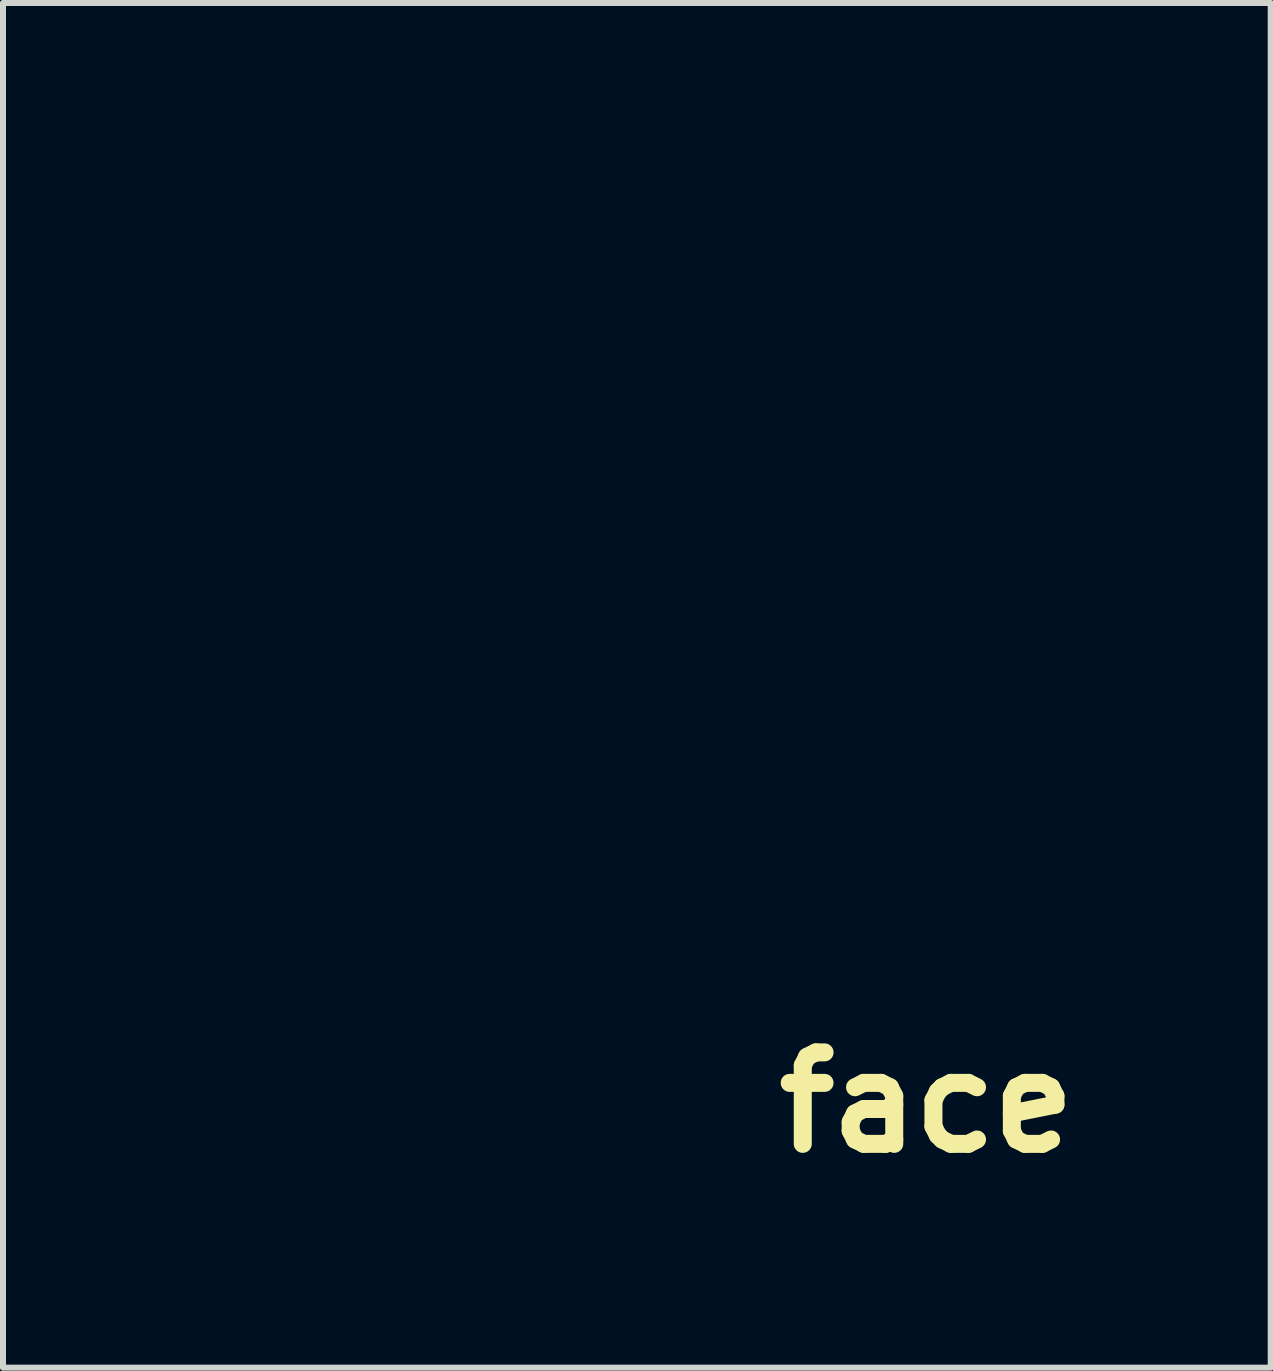
<source format=kicad_pcb>
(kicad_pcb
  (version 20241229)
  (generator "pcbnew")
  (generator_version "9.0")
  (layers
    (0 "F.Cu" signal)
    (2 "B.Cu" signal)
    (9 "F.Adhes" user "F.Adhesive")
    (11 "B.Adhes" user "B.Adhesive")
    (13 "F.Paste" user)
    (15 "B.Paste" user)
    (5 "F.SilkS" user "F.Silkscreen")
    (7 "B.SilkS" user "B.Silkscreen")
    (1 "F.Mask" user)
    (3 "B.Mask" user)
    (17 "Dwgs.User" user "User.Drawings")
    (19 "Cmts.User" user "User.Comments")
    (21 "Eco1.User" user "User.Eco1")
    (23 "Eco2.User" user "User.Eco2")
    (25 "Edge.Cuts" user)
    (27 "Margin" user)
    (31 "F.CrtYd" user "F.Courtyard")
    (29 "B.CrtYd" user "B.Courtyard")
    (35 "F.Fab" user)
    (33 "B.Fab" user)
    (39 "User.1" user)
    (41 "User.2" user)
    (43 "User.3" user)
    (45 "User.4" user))
  (footprint "face"
    (layer "F.Cu")
    (at 12.393 15.318)
    (property "Reference" "face" (at 0 0 0) (layer "F.SilkS") (effects (font (size 1.524 1.524) (thickness 0.3))))
    (attr through_hole)
    (fp_poly (pts (xy -8.456 -7.999) (xy -8.262 -7.993) (xy -8.14 -7.982) (xy -8.075 -7.962) (xy -8.053 -7.933) (xy -8.052 -7.925) (xy -8.067 -7.894) (xy -8.123 -7.871) (xy -8.233 -7.855) (xy -8.412 -7.844) (xy -8.675 -7.836) (xy -8.754 -7.834) (xy -9.034 -7.83) (xy -9.227 -7.83) (xy -9.349 -7.837) (xy -9.415 -7.851) (xy -9.44 -7.876) (xy -9.439 -7.911) (xy -9.423 -7.947) (xy -9.381 -7.972) (xy -9.296 -7.988) (xy -9.153 -7.997) (xy -8.935 -8.001) (xy -8.737 -8.001) (xy -8.456 -7.999)) (stroke (width 0.01) (type solid)) (fill yes) (layer "F.Mask"))
    (fp_poly (pts (xy -9.64 -11.154) (xy -9.495 -11.042) (xy -9.413 -10.884) (xy -9.406 -10.702) (xy -9.486 -10.52) (xy -9.498 -10.503) (xy -9.652 -10.379) (xy -9.839 -10.35) (xy -9.999 -10.392) (xy -10.156 -10.503) (xy -10.239 -10.654) (xy -10.252 -10.797) (xy -10.091 -10.797) (xy -10.083 -10.719) (xy -10.038 -10.643) (xy -9.92 -10.538) (xy -9.777 -10.526) (xy -9.643 -10.6) (xy -9.56 -10.729) (xy -9.574 -10.866) (xy -9.63 -10.944) (xy -9.765 -11.017) (xy -9.91 -11.003) (xy -10.031 -10.906) (xy -10.038 -10.897) (xy -10.091 -10.797) (xy -10.252 -10.797) (xy -10.254 -10.821) (xy -10.204 -10.982) (xy -10.095 -11.112) (xy -9.932 -11.187) (xy -9.838 -11.196) (xy -9.64 -11.154)) (stroke (width 0.01) (type solid)) (fill yes) (layer "F.Mask"))
    (fp_poly (pts (xy -7.466 -11.155) (xy -7.335 -11.035) (xy -7.284 -10.941) (xy -7.241 -10.771) (xy -7.277 -10.622) (xy -7.382 -10.477) (xy -7.517 -10.394) (xy -7.697 -10.362) (xy -7.874 -10.389) (xy -7.934 -10.416) (xy -8.007 -10.496) (xy -8.071 -10.625) (xy -8.076 -10.64) (xy -8.092 -10.77) (xy -7.925 -10.77) (xy -7.903 -10.646) (xy -7.864 -10.577) (xy -7.746 -10.521) (xy -7.602 -10.533) (xy -7.497 -10.595) (xy -7.429 -10.72) (xy -7.426 -10.863) (xy -7.478 -10.963) (xy -7.573 -11.01) (xy -7.671 -11.024) (xy -7.795 -11.001) (xy -7.864 -10.963) (xy -7.911 -10.868) (xy -7.925 -10.77) (xy -8.092 -10.77) (xy -8.099 -10.833) (xy -8.044 -10.994) (xy -7.933 -11.114) (xy -7.786 -11.186) (xy -7.624 -11.202) (xy -7.466 -11.155)) (stroke (width 0.01) (type solid)) (fill yes) (layer "F.Mask"))
    (fp_poly (pts (xy -8.738 -15.313) (xy -8.455 -15.31) (xy -8.247 -15.3) (xy -8.083 -15.279) (xy -7.937 -15.243) (xy -7.779 -15.188) (xy -7.76 -15.181) (xy -7.254 -14.945) (xy -6.809 -14.644) (xy -6.531 -14.398) (xy -6.109 -13.919) (xy -5.757 -13.374) (xy -5.475 -12.776) (xy -5.269 -12.136) (xy -5.139 -11.466) (xy -5.089 -10.778) (xy -5.121 -10.083) (xy -5.238 -9.393) (xy -5.31 -9.119) (xy -5.533 -8.497) (xy -5.822 -7.928) (xy -6.169 -7.421) (xy -6.567 -6.982) (xy -7.011 -6.619) (xy -7.492 -6.341) (xy -7.923 -6.177) (xy -8.245 -6.108) (xy -8.607 -6.073) (xy -8.967 -6.072) (xy -9.281 -6.108) (xy -9.322 -6.117) (xy -9.892 -6.298) (xy -10.413 -6.568) (xy -10.882 -6.924) (xy -11.298 -7.366) (xy -11.659 -7.892) (xy -11.828 -8.204) (xy -12.074 -8.77) (xy -12.246 -9.335) (xy -12.349 -9.924) (xy -12.388 -10.559) (xy -12.386 -10.693) (xy -12.121 -10.693) (xy -12.108 -10.233) (xy -12.067 -9.806) (xy -11.999 -9.444) (xy -11.996 -9.434) (xy -11.787 -8.784) (xy -11.517 -8.198) (xy -11.191 -7.682) (xy -10.814 -7.239) (xy -10.39 -6.877) (xy -9.924 -6.6) (xy -9.449 -6.422) (xy -9.176 -6.373) (xy -8.846 -6.354) (xy -8.5 -6.364) (xy -8.177 -6.401) (xy -7.967 -6.45) (xy -7.516 -6.638) (xy -7.078 -6.916) (xy -6.669 -7.269) (xy -6.305 -7.687) (xy -6.171 -7.876) (xy -5.862 -8.419) (xy -5.629 -8.997) (xy -5.47 -9.599) (xy -5.383 -10.216) (xy -5.365 -10.838) (xy -5.415 -11.453) (xy -5.531 -12.053) (xy -5.71 -12.627) (xy -5.952 -13.165) (xy -6.252 -13.657) (xy -6.611 -14.093) (xy -7.025 -14.462) (xy -7.493 -14.754) (xy -7.537 -14.776) (xy -7.996 -14.965) (xy -8.43 -15.066) (xy -8.859 -15.083) (xy -9.307 -15.018) (xy -9.334 -15.011) (xy -9.836 -14.842) (xy -10.304 -14.581) (xy -10.734 -14.235) (xy -11.119 -13.812) (xy -11.454 -13.317) (xy -11.733 -12.757) (xy -11.95 -12.139) (xy -11.999 -11.954) (xy -12.067 -11.585) (xy -12.108 -11.155) (xy -12.121 -10.693) (xy -12.386 -10.693) (xy -12.382 -10.964) (xy -12.315 -11.659) (xy -12.172 -12.319) (xy -11.958 -12.934) (xy -11.676 -13.497) (xy -11.333 -14.002) (xy -10.931 -14.44) (xy -10.478 -14.803) (xy -9.976 -15.084) (xy -9.737 -15.182) (xy -9.566 -15.239) (xy -9.413 -15.278) (xy -9.248 -15.3) (xy -9.042 -15.311) (xy -8.767 -15.313) (xy -8.738 -15.313)) (stroke (width 0.01) (type solid)) (fill yes) (layer "F.Mask")))
  (gr_rect
    (start -3 -3)
    (end 18.121 19.736)
    (stroke (width 0.1) (type default))
    (fill no)
    (layer "Edge.Cuts")))
</source>
